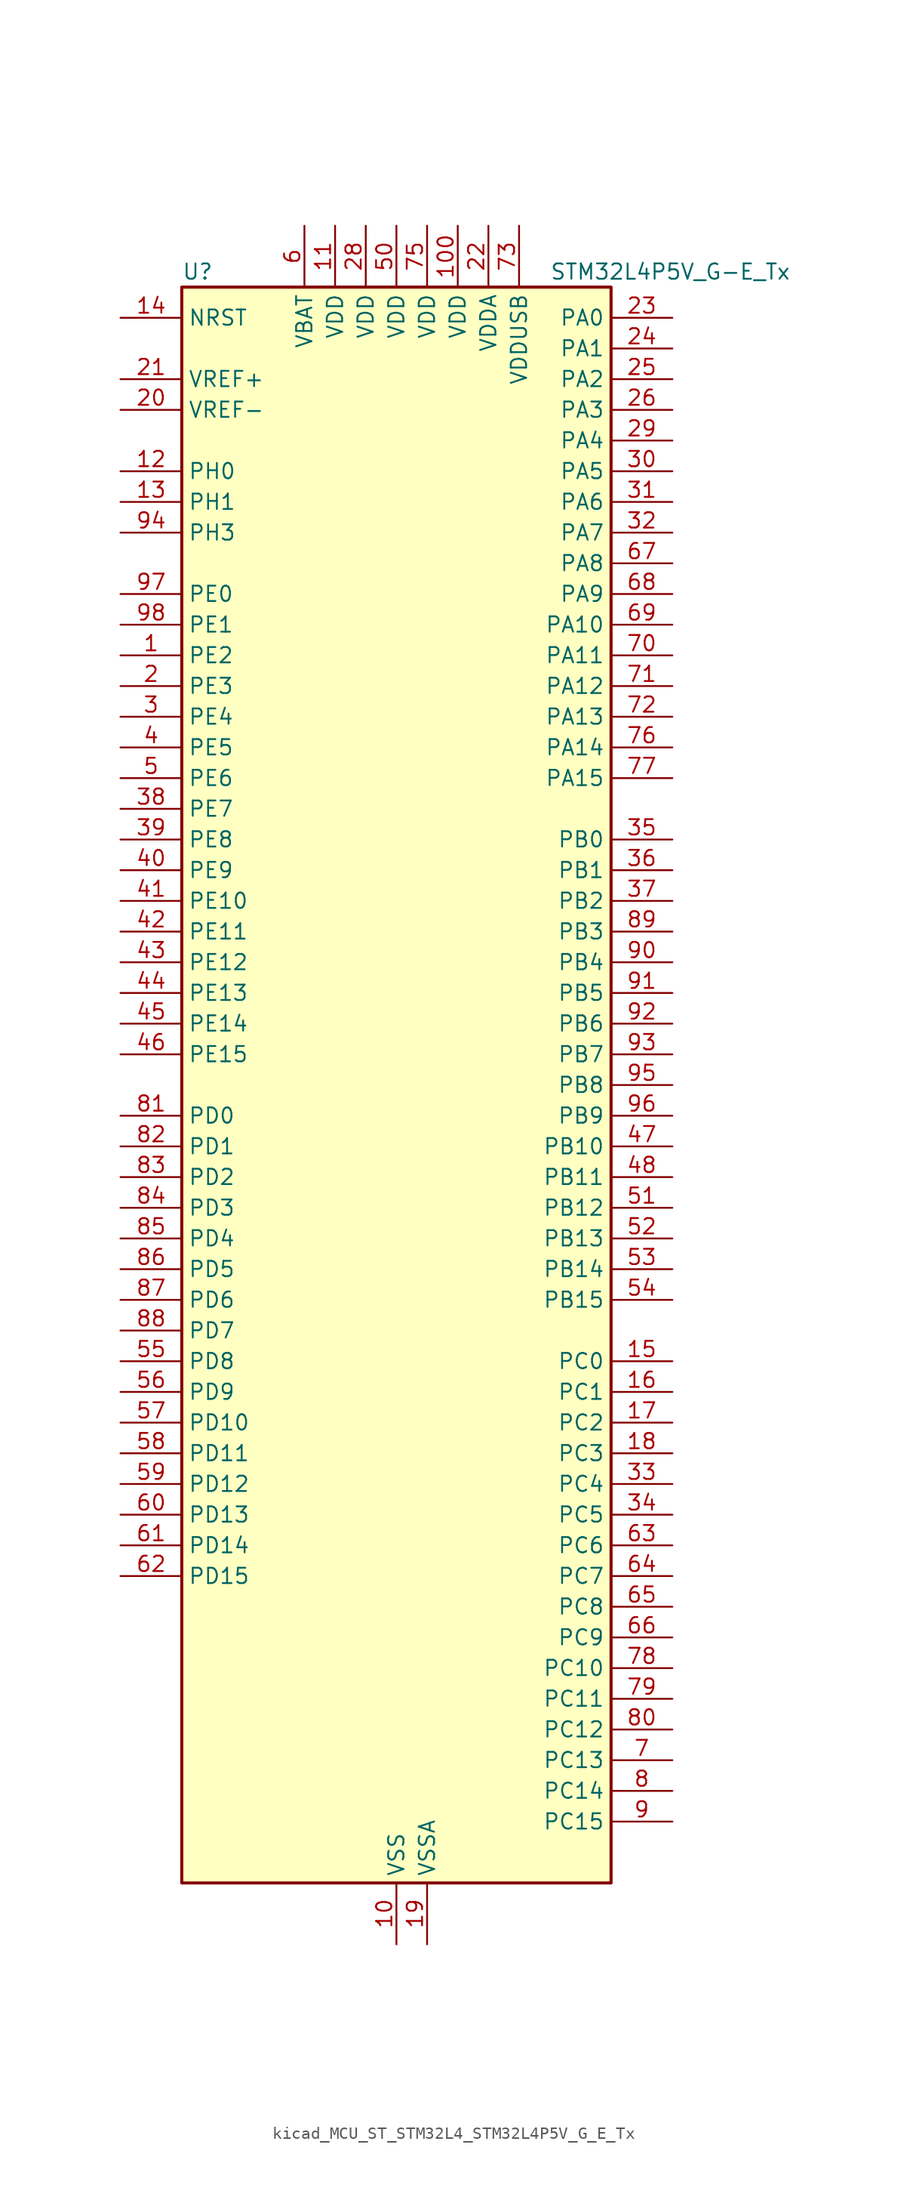
<source format=kicad_sym>
(kicad_symbol_lib
  (version 20220914)
  (generator kicad_symbol_editor)
  (symbol "kicad_MCU_ST_STM32L4_STM32L4P5V_G_E_Tx"
    (property "Reference" "U"
      (at -17.78 67.31 0)
      (effects (font (size 1.27 1.27)) (justify left)))
    (property "Value" "STM32L4P5V_G-E_Tx"
      (at 12.7 67.31 0)
      (effects (font (size 1.27 1.27)) (justify left)))
    (property "ki_locked" ""
      (at 0 0 0)
      (effects (font (size 1.27 1.27))))
    (symbol "kicad_MCU_ST_STM32L4_STM32L4P5V_G_E_Tx_0_1"
      (rectangle (start -17.78 -66.04) (end 17.78 66.04) (stroke (width 0.254) (type default)) (fill (type background))))
    (symbol "kicad_MCU_ST_STM32L4_STM32L4P5V_G_E_Tx_1_1"
      (pin bidirectional line (at -22.86 35.56 0) (length 5.08) (name "PE2" (effects (font (size 1.27 1.27)))) (number "1" (effects (font (size 1.27 1.27)))) (alternate "FMC_A23" bidirectional line) (alternate "LTDC_R7" bidirectional line) (alternate "SAI1_CK1" bidirectional line) (alternate "SAI1_MCLK_A" bidirectional line) (alternate "SYS_TRACECLK" bidirectional line) (alternate "TIM3_ETR" bidirectional line) (alternate "TSC_G7_IO1" bidirectional line))
      (pin power_in line (at 0 -71.12 90) (length 5.08) (name "VSS" (effects (font (size 1.27 1.27)))) (number "10" (effects (font (size 1.27 1.27)))))
      (pin power_in line (at 5.08 71.12 270) (length 5.08) (name "VDD" (effects (font (size 1.27 1.27)))) (number "100" (effects (font (size 1.27 1.27)))))
      (pin power_in line (at -5.08 71.12 270) (length 5.08) (name "VDD" (effects (font (size 1.27 1.27)))) (number "11" (effects (font (size 1.27 1.27)))))
      (pin bidirectional line (at -22.86 50.8 0) (length 5.08) (name "PH0" (effects (font (size 1.27 1.27)))) (number "12" (effects (font (size 1.27 1.27)))) (alternate "RCC_OSC_IN" bidirectional line))
      (pin bidirectional line (at -22.86 48.26 0) (length 5.08) (name "PH1" (effects (font (size 1.27 1.27)))) (number "13" (effects (font (size 1.27 1.27)))) (alternate "RCC_OSC_OUT" bidirectional line))
      (pin input line (at -22.86 63.5 0) (length 5.08) (name "NRST" (effects (font (size 1.27 1.27)))) (number "14" (effects (font (size 1.27 1.27)))))
      (pin bidirectional line (at 22.86 -22.86 180) (length 5.08) (name "PC0" (effects (font (size 1.27 1.27)))) (number "15" (effects (font (size 1.27 1.27)))) (alternate "ADC1_IN1" bidirectional line) (alternate "ADC2_IN1" bidirectional line) (alternate "I2C3_SCL" bidirectional line) (alternate "LPTIM1_IN1" bidirectional line) (alternate "LPTIM2_IN1" bidirectional line) (alternate "LPUART1_RX" bidirectional line) (alternate "LTDC_DE" bidirectional line) (alternate "SAI2_FS_A" bidirectional line) (alternate "SDMMC1_CMD" bidirectional line) (alternate "SDMMC2_CKIN" bidirectional line))
      (pin bidirectional line (at 22.86 -25.4 180) (length 5.08) (name "PC1" (effects (font (size 1.27 1.27)))) (number "16" (effects (font (size 1.27 1.27)))) (alternate "ADC1_IN2" bidirectional line) (alternate "ADC2_IN2" bidirectional line) (alternate "I2C3_SDA" bidirectional line) (alternate "LPTIM1_OUT" bidirectional line) (alternate "LPUART1_TX" bidirectional line) (alternate "OCTOSPIM_P1_IO4" bidirectional line) (alternate "SAI1_SD_A" bidirectional line) (alternate "SPI2_MOSI" bidirectional line) (alternate "SYS_TRACED0" bidirectional line))
      (pin bidirectional line (at 22.86 -27.94 180) (length 5.08) (name "PC2" (effects (font (size 1.27 1.27)))) (number "17" (effects (font (size 1.27 1.27)))) (alternate "ADC1_IN3" bidirectional line) (alternate "ADC2_IN3" bidirectional line) (alternate "DFSDM1_CKOUT" bidirectional line) (alternate "LPTIM1_IN2" bidirectional line) (alternate "LTDC_HSYNC" bidirectional line) (alternate "OCTOSPIM_P1_IO5" bidirectional line) (alternate "SPI2_MISO" bidirectional line))
      (pin bidirectional line (at 22.86 -30.48 180) (length 5.08) (name "PC3" (effects (font (size 1.27 1.27)))) (number "18" (effects (font (size 1.27 1.27)))) (alternate "ADC1_IN4" bidirectional line) (alternate "ADC2_IN4" bidirectional line) (alternate "LPTIM1_ETR" bidirectional line) (alternate "LPTIM2_ETR" bidirectional line) (alternate "OCTOSPIM_P1_IO6" bidirectional line) (alternate "SAI1_D1" bidirectional line) (alternate "SAI1_SD_A" bidirectional line) (alternate "SPI2_MOSI" bidirectional line))
      (pin power_in line (at 2.54 -71.12 90) (length 5.08) (name "VSSA" (effects (font (size 1.27 1.27)))) (number "19" (effects (font (size 1.27 1.27)))))
      (pin bidirectional line (at -22.86 33.02 0) (length 5.08) (name "PE3" (effects (font (size 1.27 1.27)))) (number "2" (effects (font (size 1.27 1.27)))) (alternate "FMC_A19" bidirectional line) (alternate "LTDC_R6" bidirectional line) (alternate "OCTOSPIM_P1_DQS" bidirectional line) (alternate "SAI1_SD_B" bidirectional line) (alternate "SYS_TRACED0" bidirectional line) (alternate "TIM3_CH1" bidirectional line) (alternate "TSC_G7_IO2" bidirectional line))
      (pin input line (at -22.86 55.88 0) (length 5.08) (name "VREF-" (effects (font (size 1.27 1.27)))) (number "20" (effects (font (size 1.27 1.27)))))
      (pin input line (at -22.86 58.42 0) (length 5.08) (name "VREF+" (effects (font (size 1.27 1.27)))) (number "21" (effects (font (size 1.27 1.27)))) (alternate "VREFBUF_OUT" bidirectional line))
      (pin power_in line (at 7.62 71.12 270) (length 5.08) (name "VDDA" (effects (font (size 1.27 1.27)))) (number "22" (effects (font (size 1.27 1.27)))))
      (pin bidirectional line (at 22.86 63.5 180) (length 5.08) (name "PA0" (effects (font (size 1.27 1.27)))) (number "23" (effects (font (size 1.27 1.27)))) (alternate "ADC1_IN5" bidirectional line) (alternate "ADC2_IN5" bidirectional line) (alternate "OPAMP1_VINP" bidirectional line) (alternate "RTC_TAMP2" bidirectional line) (alternate "SAI1_EXTCLK" bidirectional line) (alternate "SYS_WKUP1" bidirectional line) (alternate "TIM2_CH1" bidirectional line) (alternate "TIM2_ETR" bidirectional line) (alternate "TIM5_CH1" bidirectional line) (alternate "TIM8_ETR" bidirectional line) (alternate "UART4_TX" bidirectional line) (alternate "USART2_CTS" bidirectional line) (alternate "USART2_NSS" bidirectional line))
      (pin bidirectional line (at 22.86 60.96 180) (length 5.08) (name "PA1" (effects (font (size 1.27 1.27)))) (number "24" (effects (font (size 1.27 1.27)))) (alternate "ADC1_IN6" bidirectional line) (alternate "ADC2_IN6" bidirectional line) (alternate "I2C1_SMBA" bidirectional line) (alternate "OCTOSPIM_P1_DQS" bidirectional line) (alternate "OPAMP1_VINM" bidirectional line) (alternate "SDMMC2_CMD" bidirectional line) (alternate "SPI1_SCK" bidirectional line) (alternate "TIM15_CH1N" bidirectional line) (alternate "TIM2_CH2" bidirectional line) (alternate "TIM5_CH2" bidirectional line) (alternate "UART4_RX" bidirectional line) (alternate "USART2_DE" bidirectional line) (alternate "USART2_RTS" bidirectional line))
      (pin bidirectional line (at 22.86 58.42 180) (length 5.08) (name "PA2" (effects (font (size 1.27 1.27)))) (number "25" (effects (font (size 1.27 1.27)))) (alternate "ADC1_IN7" bidirectional line) (alternate "ADC2_IN7" bidirectional line) (alternate "LPUART1_TX" bidirectional line) (alternate "OCTOSPIM_P1_NCS" bidirectional line) (alternate "RCC_LSCO" bidirectional line) (alternate "SAI2_EXTCLK" bidirectional line) (alternate "SYS_WKUP4" bidirectional line) (alternate "TIM15_CH1" bidirectional line) (alternate "TIM2_CH3" bidirectional line) (alternate "TIM5_CH3" bidirectional line) (alternate "USART2_TX" bidirectional line))
      (pin bidirectional line (at 22.86 55.88 180) (length 5.08) (name "PA3" (effects (font (size 1.27 1.27)))) (number "26" (effects (font (size 1.27 1.27)))) (alternate "ADC1_IN8" bidirectional line) (alternate "ADC2_IN8" bidirectional line) (alternate "LPUART1_RX" bidirectional line) (alternate "OCTOSPIM_P1_CLK" bidirectional line) (alternate "OPAMP1_VOUT" bidirectional line) (alternate "SAI1_CK1" bidirectional line) (alternate "SAI1_MCLK_A" bidirectional line) (alternate "TIM15_CH2" bidirectional line) (alternate "TIM2_CH4" bidirectional line) (alternate "TIM5_CH4" bidirectional line) (alternate "USART2_RX" bidirectional line))
      (pin passive line (at 0 -71.12 90) (length 5.08) hide (name "VSS" (effects (font (size 1.27 1.27)))) (number "27" (effects (font (size 1.27 1.27)))))
      (pin power_in line (at -2.54 71.12 270) (length 5.08) (name "VDD" (effects (font (size 1.27 1.27)))) (number "28" (effects (font (size 1.27 1.27)))))
      (pin bidirectional line (at 22.86 53.34 180) (length 5.08) (name "PA4" (effects (font (size 1.27 1.27)))) (number "29" (effects (font (size 1.27 1.27)))) (alternate "ADC1_IN9" bidirectional line) (alternate "ADC2_IN9" bidirectional line) (alternate "DAC1_OUT1" bidirectional line) (alternate "DCMI_HSYNC" bidirectional line) (alternate "LPTIM2_OUT" bidirectional line) (alternate "LTDC_CLK" bidirectional line) (alternate "OCTOSPIM_P1_NCS" bidirectional line) (alternate "PSSI_DE" bidirectional line) (alternate "SAI1_FS_B" bidirectional line) (alternate "SPI1_NSS" bidirectional line) (alternate "SPI3_NSS" bidirectional line) (alternate "USART2_CK" bidirectional line))
      (pin bidirectional line (at -22.86 30.48 0) (length 5.08) (name "PE4" (effects (font (size 1.27 1.27)))) (number "3" (effects (font (size 1.27 1.27)))) (alternate "DCMI_D4" bidirectional line) (alternate "DFSDM1_DATIN3" bidirectional line) (alternate "FMC_A20" bidirectional line) (alternate "LTDC_B7" bidirectional line) (alternate "PSSI_D4" bidirectional line) (alternate "SAI1_D2" bidirectional line) (alternate "SAI1_FS_A" bidirectional line) (alternate "SYS_TRACED1" bidirectional line) (alternate "TIM3_CH2" bidirectional line) (alternate "TSC_G7_IO3" bidirectional line))
      (pin bidirectional line (at 22.86 50.8 180) (length 5.08) (name "PA5" (effects (font (size 1.27 1.27)))) (number "30" (effects (font (size 1.27 1.27)))) (alternate "ADC1_IN10" bidirectional line) (alternate "ADC2_IN10" bidirectional line) (alternate "DAC1_OUT2" bidirectional line) (alternate "LPTIM2_ETR" bidirectional line) (alternate "LTDC_R7" bidirectional line) (alternate "PSSI_D14" bidirectional line) (alternate "SPI1_SCK" bidirectional line) (alternate "TIM2_CH1" bidirectional line) (alternate "TIM2_ETR" bidirectional line) (alternate "TIM8_CH1N" bidirectional line))
      (pin bidirectional line (at 22.86 48.26 180) (length 5.08) (name "PA6" (effects (font (size 1.27 1.27)))) (number "31" (effects (font (size 1.27 1.27)))) (alternate "ADC1_IN11" bidirectional line) (alternate "ADC2_IN11" bidirectional line) (alternate "DCMI_PIXCLK" bidirectional line) (alternate "LPUART1_CTS" bidirectional line) (alternate "OCTOSPIM_P1_IO3" bidirectional line) (alternate "OPAMP2_VINP" bidirectional line) (alternate "PSSI_PDCK" bidirectional line) (alternate "SPI1_MISO" bidirectional line) (alternate "TIM16_CH1" bidirectional line) (alternate "TIM1_BKIN" bidirectional line) (alternate "TIM3_CH1" bidirectional line) (alternate "TIM8_BKIN" bidirectional line) (alternate "USART3_CTS" bidirectional line) (alternate "USART3_NSS" bidirectional line))
      (pin bidirectional line (at 22.86 45.72 180) (length 5.08) (name "PA7" (effects (font (size 1.27 1.27)))) (number "32" (effects (font (size 1.27 1.27)))) (alternate "ADC1_IN12" bidirectional line) (alternate "ADC2_IN12" bidirectional line) (alternate "I2C3_SCL" bidirectional line) (alternate "OCTOSPIM_P1_IO2" bidirectional line) (alternate "OPAMP2_VINM" bidirectional line) (alternate "SPI1_MOSI" bidirectional line) (alternate "TIM17_CH1" bidirectional line) (alternate "TIM1_CH1N" bidirectional line) (alternate "TIM3_CH2" bidirectional line) (alternate "TIM8_CH1N" bidirectional line))
      (pin bidirectional line (at 22.86 -33.02 180) (length 5.08) (name "PC4" (effects (font (size 1.27 1.27)))) (number "33" (effects (font (size 1.27 1.27)))) (alternate "ADC1_IN13" bidirectional line) (alternate "ADC2_IN13" bidirectional line) (alternate "COMP1_INM" bidirectional line) (alternate "OCTOSPIM_P1_IO7" bidirectional line) (alternate "OCTOSPIM_P2_NCS" bidirectional line) (alternate "USART3_TX" bidirectional line))
      (pin bidirectional line (at 22.86 -35.56 180) (length 5.08) (name "PC5" (effects (font (size 1.27 1.27)))) (number "34" (effects (font (size 1.27 1.27)))) (alternate "ADC1_IN14" bidirectional line) (alternate "ADC2_IN14" bidirectional line) (alternate "COMP1_INP" bidirectional line) (alternate "LTDC_CLK" bidirectional line) (alternate "PSSI_D15" bidirectional line) (alternate "SAI1_D3" bidirectional line) (alternate "SYS_WKUP5" bidirectional line) (alternate "USART3_RX" bidirectional line))
      (pin bidirectional line (at 22.86 20.32 180) (length 5.08) (name "PB0" (effects (font (size 1.27 1.27)))) (number "35" (effects (font (size 1.27 1.27)))) (alternate "ADC1_IN15" bidirectional line) (alternate "ADC2_IN15" bidirectional line) (alternate "COMP1_OUT" bidirectional line) (alternate "LTDC_B6" bidirectional line) (alternate "OCTOSPIM_P1_IO1" bidirectional line) (alternate "OPAMP2_VOUT" bidirectional line) (alternate "SAI1_EXTCLK" bidirectional line) (alternate "SPI1_NSS" bidirectional line) (alternate "TIM1_CH2N" bidirectional line) (alternate "TIM3_CH3" bidirectional line) (alternate "TIM8_CH2N" bidirectional line) (alternate "USART3_CK" bidirectional line))
      (pin bidirectional line (at 22.86 17.78 180) (length 5.08) (name "PB1" (effects (font (size 1.27 1.27)))) (number "36" (effects (font (size 1.27 1.27)))) (alternate "ADC1_IN16" bidirectional line) (alternate "ADC2_IN16" bidirectional line) (alternate "COMP1_INM" bidirectional line) (alternate "DFSDM1_DATIN0" bidirectional line) (alternate "LPTIM2_IN1" bidirectional line) (alternate "LPUART1_DE" bidirectional line) (alternate "LPUART1_RTS" bidirectional line) (alternate "LTDC_G6" bidirectional line) (alternate "OCTOSPIM_P1_IO0" bidirectional line) (alternate "TIM1_CH3N" bidirectional line) (alternate "TIM3_CH4" bidirectional line) (alternate "TIM8_CH3N" bidirectional line) (alternate "USART3_DE" bidirectional line) (alternate "USART3_RTS" bidirectional line))
      (pin bidirectional line (at 22.86 15.24 180) (length 5.08) (name "PB2" (effects (font (size 1.27 1.27)))) (number "37" (effects (font (size 1.27 1.27)))) (alternate "COMP1_INP" bidirectional line) (alternate "DFSDM1_CKIN0" bidirectional line) (alternate "I2C3_SMBA" bidirectional line) (alternate "LPTIM1_OUT" bidirectional line) (alternate "OCTOSPIM_P1_DQS" bidirectional line) (alternate "RTC_OUT2" bidirectional line))
      (pin bidirectional line (at -22.86 22.86 0) (length 5.08) (name "PE7" (effects (font (size 1.27 1.27)))) (number "38" (effects (font (size 1.27 1.27)))) (alternate "DFSDM1_DATIN2" bidirectional line) (alternate "FMC_D4" bidirectional line) (alternate "FMC_DA4" bidirectional line) (alternate "LTDC_B6" bidirectional line) (alternate "SAI1_SD_B" bidirectional line) (alternate "TIM1_ETR" bidirectional line))
      (pin bidirectional line (at -22.86 20.32 0) (length 5.08) (name "PE8" (effects (font (size 1.27 1.27)))) (number "39" (effects (font (size 1.27 1.27)))) (alternate "DFSDM1_CKIN2" bidirectional line) (alternate "FMC_D5" bidirectional line) (alternate "FMC_DA5" bidirectional line) (alternate "LTDC_B7" bidirectional line) (alternate "SAI1_SCK_B" bidirectional line) (alternate "TIM1_CH1N" bidirectional line))
      (pin bidirectional line (at -22.86 27.94 0) (length 5.08) (name "PE5" (effects (font (size 1.27 1.27)))) (number "4" (effects (font (size 1.27 1.27)))) (alternate "DCMI_D6" bidirectional line) (alternate "DFSDM1_CKIN3" bidirectional line) (alternate "FMC_A21" bidirectional line) (alternate "LTDC_G7" bidirectional line) (alternate "PSSI_D6" bidirectional line) (alternate "SAI1_CK2" bidirectional line) (alternate "SAI1_SCK_A" bidirectional line) (alternate "SYS_TRACED2" bidirectional line) (alternate "TIM3_CH3" bidirectional line) (alternate "TSC_G7_IO4" bidirectional line))
      (pin bidirectional line (at -22.86 17.78 0) (length 5.08) (name "PE9" (effects (font (size 1.27 1.27)))) (number "40" (effects (font (size 1.27 1.27)))) (alternate "DAC1_EXTI9" bidirectional line) (alternate "DFSDM1_CKOUT" bidirectional line) (alternate "FMC_D6" bidirectional line) (alternate "FMC_DA6" bidirectional line) (alternate "LTDC_G2" bidirectional line) (alternate "OCTOSPIM_P1_NCLK" bidirectional line) (alternate "SAI1_FS_B" bidirectional line) (alternate "TIM1_CH1" bidirectional line))
      (pin bidirectional line (at -22.86 15.24 0) (length 5.08) (name "PE10" (effects (font (size 1.27 1.27)))) (number "41" (effects (font (size 1.27 1.27)))) (alternate "FMC_D7" bidirectional line) (alternate "FMC_DA7" bidirectional line) (alternate "LTDC_G3" bidirectional line) (alternate "OCTOSPIM_P1_CLK" bidirectional line) (alternate "SAI1_MCLK_B" bidirectional line) (alternate "TIM1_CH2N" bidirectional line) (alternate "TSC_G5_IO1" bidirectional line))
      (pin bidirectional line (at -22.86 12.7 0) (length 5.08) (name "PE11" (effects (font (size 1.27 1.27)))) (number "42" (effects (font (size 1.27 1.27)))) (alternate "ADC1_EXTI11" bidirectional line) (alternate "ADC2_EXTI11" bidirectional line) (alternate "FMC_D8" bidirectional line) (alternate "FMC_DA8" bidirectional line) (alternate "LTDC_G4" bidirectional line) (alternate "OCTOSPIM_P1_NCS" bidirectional line) (alternate "TIM1_CH2" bidirectional line) (alternate "TSC_G5_IO2" bidirectional line))
      (pin bidirectional line (at -22.86 10.16 0) (length 5.08) (name "PE12" (effects (font (size 1.27 1.27)))) (number "43" (effects (font (size 1.27 1.27)))) (alternate "FMC_D9" bidirectional line) (alternate "FMC_DA9" bidirectional line) (alternate "LTDC_G5" bidirectional line) (alternate "OCTOSPIM_P1_IO0" bidirectional line) (alternate "SPI1_NSS" bidirectional line) (alternate "TIM1_CH3N" bidirectional line) (alternate "TSC_G5_IO3" bidirectional line))
      (pin bidirectional line (at -22.86 7.62 0) (length 5.08) (name "PE13" (effects (font (size 1.27 1.27)))) (number "44" (effects (font (size 1.27 1.27)))) (alternate "FMC_D10" bidirectional line) (alternate "FMC_DA10" bidirectional line) (alternate "LTDC_G6" bidirectional line) (alternate "OCTOSPIM_P1_IO1" bidirectional line) (alternate "SPI1_SCK" bidirectional line) (alternate "TIM1_CH3" bidirectional line) (alternate "TSC_G5_IO4" bidirectional line))
      (pin bidirectional line (at -22.86 5.08 0) (length 5.08) (name "PE14" (effects (font (size 1.27 1.27)))) (number "45" (effects (font (size 1.27 1.27)))) (alternate "FMC_D11" bidirectional line) (alternate "FMC_DA11" bidirectional line) (alternate "LTDC_G7" bidirectional line) (alternate "OCTOSPIM_P1_IO2" bidirectional line) (alternate "SPI1_MISO" bidirectional line) (alternate "TIM1_BKIN2" bidirectional line) (alternate "TIM1_CH4" bidirectional line))
      (pin bidirectional line (at -22.86 2.54 0) (length 5.08) (name "PE15" (effects (font (size 1.27 1.27)))) (number "46" (effects (font (size 1.27 1.27)))) (alternate "ADC1_EXTI15" bidirectional line) (alternate "ADC2_EXTI15" bidirectional line) (alternate "FMC_D12" bidirectional line) (alternate "FMC_DA12" bidirectional line) (alternate "LTDC_R2" bidirectional line) (alternate "OCTOSPIM_P1_IO3" bidirectional line) (alternate "SPI1_MOSI" bidirectional line) (alternate "TIM1_BKIN" bidirectional line))
      (pin bidirectional line (at 22.86 -5.08 180) (length 5.08) (name "PB10" (effects (font (size 1.27 1.27)))) (number "47" (effects (font (size 1.27 1.27)))) (alternate "COMP1_OUT" bidirectional line) (alternate "I2C2_SCL" bidirectional line) (alternate "I2C4_SCL" bidirectional line) (alternate "LPUART1_RX" bidirectional line) (alternate "OCTOSPIM_P1_CLK" bidirectional line) (alternate "OCTOSPIM_P1_IO3" bidirectional line) (alternate "SAI1_SCK_A" bidirectional line) (alternate "SPI2_SCK" bidirectional line) (alternate "TIM2_CH3" bidirectional line) (alternate "TSC_SYNC" bidirectional line) (alternate "USART3_TX" bidirectional line))
      (pin bidirectional line (at 22.86 -7.62 180) (length 5.08) (name "PB11" (effects (font (size 1.27 1.27)))) (number "48" (effects (font (size 1.27 1.27)))) (alternate "ADC1_EXTI11" bidirectional line) (alternate "ADC2_EXTI11" bidirectional line) (alternate "COMP2_OUT" bidirectional line) (alternate "I2C2_SDA" bidirectional line) (alternate "I2C4_SDA" bidirectional line) (alternate "LPUART1_TX" bidirectional line) (alternate "LTDC_VSYNC" bidirectional line) (alternate "OCTOSPIM_P1_NCS" bidirectional line) (alternate "TIM2_CH4" bidirectional line) (alternate "USART3_RX" bidirectional line))
      (pin passive line (at 0 -71.12 90) (length 5.08) hide (name "VSS" (effects (font (size 1.27 1.27)))) (number "49" (effects (font (size 1.27 1.27)))))
      (pin bidirectional line (at -22.86 25.4 0) (length 5.08) (name "PE6" (effects (font (size 1.27 1.27)))) (number "5" (effects (font (size 1.27 1.27)))) (alternate "DCMI_D7" bidirectional line) (alternate "FMC_A22" bidirectional line) (alternate "LTDC_G6" bidirectional line) (alternate "PSSI_D7" bidirectional line) (alternate "RTC_TAMP3" bidirectional line) (alternate "SAI1_D1" bidirectional line) (alternate "SAI1_SD_A" bidirectional line) (alternate "SYS_TRACED3" bidirectional line) (alternate "SYS_WKUP3" bidirectional line) (alternate "TIM3_CH4" bidirectional line))
      (pin power_in line (at 0 71.12 270) (length 5.08) (name "VDD" (effects (font (size 1.27 1.27)))) (number "50" (effects (font (size 1.27 1.27)))))
      (pin bidirectional line (at 22.86 -10.16 180) (length 5.08) (name "PB12" (effects (font (size 1.27 1.27)))) (number "51" (effects (font (size 1.27 1.27)))) (alternate "DFSDM1_DATIN1" bidirectional line) (alternate "I2C2_SMBA" bidirectional line) (alternate "LPUART1_DE" bidirectional line) (alternate "LPUART1_RTS" bidirectional line) (alternate "OCTOSPIM_P1_NCLK" bidirectional line) (alternate "SAI2_FS_A" bidirectional line) (alternate "SDMMC2_CK" bidirectional line) (alternate "SPI2_NSS" bidirectional line) (alternate "TIM15_BKIN" bidirectional line) (alternate "TIM1_BKIN" bidirectional line) (alternate "TSC_G1_IO1" bidirectional line) (alternate "USART3_CK" bidirectional line))
      (pin bidirectional line (at 22.86 -12.7 180) (length 5.08) (name "PB13" (effects (font (size 1.27 1.27)))) (number "52" (effects (font (size 1.27 1.27)))) (alternate "DFSDM1_CKIN1" bidirectional line) (alternate "I2C2_SCL" bidirectional line) (alternate "LPUART1_CTS" bidirectional line) (alternate "OCTOSPIM_P1_IO1" bidirectional line) (alternate "SAI2_SCK_A" bidirectional line) (alternate "SPI2_SCK" bidirectional line) (alternate "TIM15_CH1N" bidirectional line) (alternate "TIM1_CH1N" bidirectional line) (alternate "TSC_G1_IO2" bidirectional line) (alternate "USART3_CTS" bidirectional line) (alternate "USART3_NSS" bidirectional line))
      (pin bidirectional line (at 22.86 -15.24 180) (length 5.08) (name "PB14" (effects (font (size 1.27 1.27)))) (number "53" (effects (font (size 1.27 1.27)))) (alternate "DFSDM1_DATIN2" bidirectional line) (alternate "I2C2_SDA" bidirectional line) (alternate "OCTOSPIM_P1_IO6" bidirectional line) (alternate "SAI2_MCLK_A" bidirectional line) (alternate "SDMMC2_D0" bidirectional line) (alternate "SPI2_MISO" bidirectional line) (alternate "TIM15_CH1" bidirectional line) (alternate "TIM1_CH2N" bidirectional line) (alternate "TIM8_CH2N" bidirectional line) (alternate "TSC_G1_IO3" bidirectional line) (alternate "USART3_DE" bidirectional line) (alternate "USART3_RTS" bidirectional line))
      (pin bidirectional line (at 22.86 -17.78 180) (length 5.08) (name "PB15" (effects (font (size 1.27 1.27)))) (number "54" (effects (font (size 1.27 1.27)))) (alternate "ADC1_EXTI15" bidirectional line) (alternate "ADC2_EXTI15" bidirectional line) (alternate "DFSDM1_CKIN2" bidirectional line) (alternate "OCTOSPIM_P1_IO7" bidirectional line) (alternate "RTC_REFIN" bidirectional line) (alternate "SAI2_SD_A" bidirectional line) (alternate "SDMMC2_D1" bidirectional line) (alternate "SPI2_MOSI" bidirectional line) (alternate "TIM15_CH2" bidirectional line) (alternate "TIM1_CH3N" bidirectional line) (alternate "TIM8_CH3N" bidirectional line) (alternate "TSC_G1_IO4" bidirectional line))
      (pin bidirectional line (at -22.86 -22.86 0) (length 5.08) (name "PD8" (effects (font (size 1.27 1.27)))) (number "55" (effects (font (size 1.27 1.27)))) (alternate "DCMI_HSYNC" bidirectional line) (alternate "FMC_D13" bidirectional line) (alternate "FMC_DA13" bidirectional line) (alternate "LTDC_R3" bidirectional line) (alternate "PSSI_DE" bidirectional line) (alternate "USART3_TX" bidirectional line))
      (pin bidirectional line (at -22.86 -25.4 0) (length 5.08) (name "PD9" (effects (font (size 1.27 1.27)))) (number "56" (effects (font (size 1.27 1.27)))) (alternate "DAC1_EXTI9" bidirectional line) (alternate "DCMI_PIXCLK" bidirectional line) (alternate "FMC_D14" bidirectional line) (alternate "FMC_DA14" bidirectional line) (alternate "LTDC_R4" bidirectional line) (alternate "PSSI_PDCK" bidirectional line) (alternate "SAI2_MCLK_A" bidirectional line) (alternate "USART3_RX" bidirectional line))
      (pin bidirectional line (at -22.86 -27.94 0) (length 5.08) (name "PD10" (effects (font (size 1.27 1.27)))) (number "57" (effects (font (size 1.27 1.27)))) (alternate "FMC_D15" bidirectional line) (alternate "FMC_DA15" bidirectional line) (alternate "LTDC_R5" bidirectional line) (alternate "SAI2_SCK_A" bidirectional line) (alternate "TSC_G6_IO1" bidirectional line) (alternate "USART3_CK" bidirectional line))
      (pin bidirectional line (at -22.86 -30.48 0) (length 5.08) (name "PD11" (effects (font (size 1.27 1.27)))) (number "58" (effects (font (size 1.27 1.27)))) (alternate "ADC1_EXTI11" bidirectional line) (alternate "ADC2_EXTI11" bidirectional line) (alternate "FMC_A16" bidirectional line) (alternate "FMC_CLE" bidirectional line) (alternate "I2C4_SMBA" bidirectional line) (alternate "LPTIM2_ETR" bidirectional line) (alternate "LTDC_R6" bidirectional line) (alternate "SAI2_SD_A" bidirectional line) (alternate "TSC_G6_IO2" bidirectional line) (alternate "USART3_CTS" bidirectional line) (alternate "USART3_NSS" bidirectional line))
      (pin bidirectional line (at -22.86 -33.02 0) (length 5.08) (name "PD12" (effects (font (size 1.27 1.27)))) (number "59" (effects (font (size 1.27 1.27)))) (alternate "FMC_A17" bidirectional line) (alternate "FMC_ALE" bidirectional line) (alternate "I2C4_SCL" bidirectional line) (alternate "LPTIM2_IN1" bidirectional line) (alternate "LTDC_R7" bidirectional line) (alternate "SAI2_FS_A" bidirectional line) (alternate "TIM4_CH1" bidirectional line) (alternate "TSC_G6_IO3" bidirectional line) (alternate "USART3_DE" bidirectional line) (alternate "USART3_RTS" bidirectional line))
      (pin power_in line (at -7.62 71.12 270) (length 5.08) (name "VBAT" (effects (font (size 1.27 1.27)))) (number "6" (effects (font (size 1.27 1.27)))))
      (pin bidirectional line (at -22.86 -35.56 0) (length 5.08) (name "PD13" (effects (font (size 1.27 1.27)))) (number "60" (effects (font (size 1.27 1.27)))) (alternate "FMC_A18" bidirectional line) (alternate "I2C4_SDA" bidirectional line) (alternate "LPTIM2_OUT" bidirectional line) (alternate "TIM4_CH2" bidirectional line) (alternate "TSC_G6_IO4" bidirectional line))
      (pin bidirectional line (at -22.86 -38.1 0) (length 5.08) (name "PD14" (effects (font (size 1.27 1.27)))) (number "61" (effects (font (size 1.27 1.27)))) (alternate "FMC_D0" bidirectional line) (alternate "FMC_DA0" bidirectional line) (alternate "LTDC_B2" bidirectional line) (alternate "TIM4_CH3" bidirectional line))
      (pin bidirectional line (at -22.86 -40.64 0) (length 5.08) (name "PD15" (effects (font (size 1.27 1.27)))) (number "62" (effects (font (size 1.27 1.27)))) (alternate "ADC1_EXTI15" bidirectional line) (alternate "ADC2_EXTI15" bidirectional line) (alternate "FMC_D1" bidirectional line) (alternate "FMC_DA1" bidirectional line) (alternate "LTDC_B3" bidirectional line) (alternate "TIM4_CH4" bidirectional line))
      (pin bidirectional line (at 22.86 -38.1 180) (length 5.08) (name "PC6" (effects (font (size 1.27 1.27)))) (number "63" (effects (font (size 1.27 1.27)))) (alternate "DCMI_D0" bidirectional line) (alternate "DFSDM1_CKIN3" bidirectional line) (alternate "LTDC_G7" bidirectional line) (alternate "PSSI_D0" bidirectional line) (alternate "SAI2_MCLK_A" bidirectional line) (alternate "SDMMC1_D0DIR" bidirectional line) (alternate "SDMMC1_D6" bidirectional line) (alternate "SDMMC2_D6" bidirectional line) (alternate "TIM3_CH1" bidirectional line) (alternate "TIM8_CH1" bidirectional line) (alternate "TSC_G4_IO1" bidirectional line))
      (pin bidirectional line (at 22.86 -40.64 180) (length 5.08) (name "PC7" (effects (font (size 1.27 1.27)))) (number "64" (effects (font (size 1.27 1.27)))) (alternate "DCMI_D1" bidirectional line) (alternate "DFSDM1_DATIN3" bidirectional line) (alternate "LTDC_B6" bidirectional line) (alternate "PSSI_D1" bidirectional line) (alternate "SAI2_MCLK_B" bidirectional line) (alternate "SDMMC1_D123DIR" bidirectional line) (alternate "SDMMC1_D7" bidirectional line) (alternate "SDMMC2_D7" bidirectional line) (alternate "TIM3_CH2" bidirectional line) (alternate "TIM8_CH2" bidirectional line) (alternate "TSC_G4_IO2" bidirectional line))
      (pin bidirectional line (at 22.86 -43.18 180) (length 5.08) (name "PC8" (effects (font (size 1.27 1.27)))) (number "65" (effects (font (size 1.27 1.27)))) (alternate "DCMI_D2" bidirectional line) (alternate "PSSI_D2" bidirectional line) (alternate "SDMMC1_D0" bidirectional line) (alternate "TIM3_CH3" bidirectional line) (alternate "TIM8_CH3" bidirectional line) (alternate "TSC_G4_IO3" bidirectional line))
      (pin bidirectional line (at 22.86 -45.72 180) (length 5.08) (name "PC9" (effects (font (size 1.27 1.27)))) (number "66" (effects (font (size 1.27 1.27)))) (alternate "DAC1_EXTI9" bidirectional line) (alternate "DCMI_D3" bidirectional line) (alternate "I2C3_SDA" bidirectional line) (alternate "PSSI_D3" bidirectional line) (alternate "SAI2_EXTCLK" bidirectional line) (alternate "SDMMC1_D1" bidirectional line) (alternate "SYS_TRACED0" bidirectional line) (alternate "TIM3_CH4" bidirectional line) (alternate "TIM8_BKIN2" bidirectional line) (alternate "TIM8_CH4" bidirectional line) (alternate "TSC_G4_IO4" bidirectional line) (alternate "USB_OTG_FS_NOE" bidirectional line))
      (pin bidirectional line (at 22.86 43.18 180) (length 5.08) (name "PA8" (effects (font (size 1.27 1.27)))) (number "67" (effects (font (size 1.27 1.27)))) (alternate "LPTIM2_OUT" bidirectional line) (alternate "LTDC_B7" bidirectional line) (alternate "RCC_MCO" bidirectional line) (alternate "SAI1_CK2" bidirectional line) (alternate "SAI1_SCK_A" bidirectional line) (alternate "TIM1_CH1" bidirectional line) (alternate "USART1_CK" bidirectional line) (alternate "USB_OTG_FS_SOF" bidirectional line))
      (pin bidirectional line (at 22.86 40.64 180) (length 5.08) (name "PA9" (effects (font (size 1.27 1.27)))) (number "68" (effects (font (size 1.27 1.27)))) (alternate "DAC1_EXTI9" bidirectional line) (alternate "DCMI_D0" bidirectional line) (alternate "LTDC_G7" bidirectional line) (alternate "PSSI_D0" bidirectional line) (alternate "SAI1_FS_A" bidirectional line) (alternate "SPI2_SCK" bidirectional line) (alternate "TIM15_BKIN" bidirectional line) (alternate "TIM1_CH2" bidirectional line) (alternate "USART1_TX" bidirectional line) (alternate "USB_OTG_FS_VBUS" bidirectional line))
      (pin bidirectional line (at 22.86 38.1 180) (length 5.08) (name "PA10" (effects (font (size 1.27 1.27)))) (number "69" (effects (font (size 1.27 1.27)))) (alternate "DCMI_D1" bidirectional line) (alternate "LTDC_G6" bidirectional line) (alternate "PSSI_D1" bidirectional line) (alternate "SAI1_D1" bidirectional line) (alternate "SAI1_SD_A" bidirectional line) (alternate "TIM17_BKIN" bidirectional line) (alternate "TIM1_CH3" bidirectional line) (alternate "USART1_RX" bidirectional line) (alternate "USB_OTG_FS_ID" bidirectional line))
      (pin bidirectional line (at 22.86 -55.88 180) (length 5.08) (name "PC13" (effects (font (size 1.27 1.27)))) (number "7" (effects (font (size 1.27 1.27)))) (alternate "RTC_OUT1" bidirectional line) (alternate "RTC_TAMP1" bidirectional line) (alternate "RTC_TS" bidirectional line) (alternate "SYS_WKUP2" bidirectional line))
      (pin bidirectional line (at 22.86 35.56 180) (length 5.08) (name "PA11" (effects (font (size 1.27 1.27)))) (number "70" (effects (font (size 1.27 1.27)))) (alternate "ADC1_EXTI11" bidirectional line) (alternate "ADC2_EXTI11" bidirectional line) (alternate "CAN1_RX" bidirectional line) (alternate "LTDC_DE" bidirectional line) (alternate "SPI1_MISO" bidirectional line) (alternate "TIM1_BKIN2" bidirectional line) (alternate "TIM1_CH4" bidirectional line) (alternate "USART1_CTS" bidirectional line) (alternate "USART1_NSS" bidirectional line) (alternate "USB_OTG_FS_DM" bidirectional line))
      (pin bidirectional line (at 22.86 33.02 180) (length 5.08) (name "PA12" (effects (font (size 1.27 1.27)))) (number "71" (effects (font (size 1.27 1.27)))) (alternate "CAN1_TX" bidirectional line) (alternate "LTDC_VSYNC" bidirectional line) (alternate "OCTOSPIM_P2_NCS" bidirectional line) (alternate "SPI1_MOSI" bidirectional line) (alternate "TIM1_ETR" bidirectional line) (alternate "USART1_DE" bidirectional line) (alternate "USART1_RTS" bidirectional line) (alternate "USB_OTG_FS_DP" bidirectional line))
      (pin bidirectional line (at 22.86 30.48 180) (length 5.08) (name "PA13" (effects (font (size 1.27 1.27)))) (number "72" (effects (font (size 1.27 1.27)))) (alternate "IR_OUT" bidirectional line) (alternate "SAI1_SD_B" bidirectional line) (alternate "SYS_JTMS-SWDIO" bidirectional line) (alternate "USB_OTG_FS_NOE" bidirectional line))
      (pin power_in line (at 10.16 71.12 270) (length 5.08) (name "VDDUSB" (effects (font (size 1.27 1.27)))) (number "73" (effects (font (size 1.27 1.27)))))
      (pin passive line (at 0 -71.12 90) (length 5.08) hide (name "VSS" (effects (font (size 1.27 1.27)))) (number "74" (effects (font (size 1.27 1.27)))))
      (pin power_in line (at 2.54 71.12 270) (length 5.08) (name "VDD" (effects (font (size 1.27 1.27)))) (number "75" (effects (font (size 1.27 1.27)))))
      (pin bidirectional line (at 22.86 27.94 180) (length 5.08) (name "PA14" (effects (font (size 1.27 1.27)))) (number "76" (effects (font (size 1.27 1.27)))) (alternate "I2C1_SMBA" bidirectional line) (alternate "I2C4_SMBA" bidirectional line) (alternate "LPTIM1_OUT" bidirectional line) (alternate "SAI1_FS_B" bidirectional line) (alternate "SYS_JTCK-SWCLK" bidirectional line) (alternate "USB_OTG_FS_SOF" bidirectional line))
      (pin bidirectional line (at 22.86 25.4 180) (length 5.08) (name "PA15" (effects (font (size 1.27 1.27)))) (number "77" (effects (font (size 1.27 1.27)))) (alternate "ADC1_EXTI15" bidirectional line) (alternate "ADC2_EXTI15" bidirectional line) (alternate "LTDC_HSYNC" bidirectional line) (alternate "SAI2_FS_B" bidirectional line) (alternate "SPI1_NSS" bidirectional line) (alternate "SPI3_NSS" bidirectional line) (alternate "SYS_JTDI" bidirectional line) (alternate "TIM2_CH1" bidirectional line) (alternate "TIM2_ETR" bidirectional line) (alternate "TSC_G3_IO1" bidirectional line) (alternate "UART4_DE" bidirectional line) (alternate "UART4_RTS" bidirectional line) (alternate "USART2_RX" bidirectional line) (alternate "USART3_DE" bidirectional line) (alternate "USART3_RTS" bidirectional line))
      (pin bidirectional line (at 22.86 -48.26 180) (length 5.08) (name "PC10" (effects (font (size 1.27 1.27)))) (number "78" (effects (font (size 1.27 1.27)))) (alternate "DCMI_D8" bidirectional line) (alternate "DCMI_VSYNC" bidirectional line) (alternate "PSSI_D8" bidirectional line) (alternate "PSSI_RDY" bidirectional line) (alternate "SAI2_SCK_B" bidirectional line) (alternate "SDMMC1_D2" bidirectional line) (alternate "SPI3_SCK" bidirectional line) (alternate "SYS_TRACED1" bidirectional line) (alternate "TSC_G3_IO2" bidirectional line) (alternate "UART4_TX" bidirectional line) (alternate "USART3_TX" bidirectional line))
      (pin bidirectional line (at 22.86 -50.8 180) (length 5.08) (name "PC11" (effects (font (size 1.27 1.27)))) (number "79" (effects (font (size 1.27 1.27)))) (alternate "ADC1_EXTI11" bidirectional line) (alternate "ADC2_EXTI11" bidirectional line) (alternate "DCMI_D2" bidirectional line) (alternate "DCMI_D4" bidirectional line) (alternate "OCTOSPIM_P1_NCS" bidirectional line) (alternate "PSSI_D2" bidirectional line) (alternate "PSSI_D4" bidirectional line) (alternate "SAI2_MCLK_B" bidirectional line) (alternate "SDMMC1_D3" bidirectional line) (alternate "SPI3_MISO" bidirectional line) (alternate "TSC_G3_IO3" bidirectional line) (alternate "UART4_RX" bidirectional line) (alternate "USART3_RX" bidirectional line))
      (pin bidirectional line (at 22.86 -58.42 180) (length 5.08) (name "PC14" (effects (font (size 1.27 1.27)))) (number "8" (effects (font (size 1.27 1.27)))) (alternate "RCC_OSC32_IN" bidirectional line))
      (pin bidirectional line (at 22.86 -53.34 180) (length 5.08) (name "PC12" (effects (font (size 1.27 1.27)))) (number "80" (effects (font (size 1.27 1.27)))) (alternate "DCMI_D9" bidirectional line) (alternate "LTDC_R6" bidirectional line) (alternate "PSSI_D9" bidirectional line) (alternate "SAI2_SD_B" bidirectional line) (alternate "SDMMC1_CK" bidirectional line) (alternate "SPI3_MOSI" bidirectional line) (alternate "SYS_TRACED3" bidirectional line) (alternate "TSC_G3_IO4" bidirectional line) (alternate "UART5_TX" bidirectional line) (alternate "USART3_CK" bidirectional line))
      (pin bidirectional line (at -22.86 -2.54 0) (length 5.08) (name "PD0" (effects (font (size 1.27 1.27)))) (number "81" (effects (font (size 1.27 1.27)))) (alternate "CAN1_RX" bidirectional line) (alternate "FMC_D2" bidirectional line) (alternate "FMC_DA2" bidirectional line) (alternate "LTDC_B4" bidirectional line) (alternate "SPI2_NSS" bidirectional line))
      (pin bidirectional line (at -22.86 -5.08 0) (length 5.08) (name "PD1" (effects (font (size 1.27 1.27)))) (number "82" (effects (font (size 1.27 1.27)))) (alternate "CAN1_TX" bidirectional line) (alternate "FMC_D3" bidirectional line) (alternate "FMC_DA3" bidirectional line) (alternate "LTDC_B5" bidirectional line) (alternate "SPI2_SCK" bidirectional line))
      (pin bidirectional line (at -22.86 -7.62 0) (length 5.08) (name "PD2" (effects (font (size 1.27 1.27)))) (number "83" (effects (font (size 1.27 1.27)))) (alternate "DCMI_D11" bidirectional line) (alternate "PSSI_D11" bidirectional line) (alternate "SDMMC1_CMD" bidirectional line) (alternate "SYS_TRACED2" bidirectional line) (alternate "TIM3_ETR" bidirectional line) (alternate "TSC_SYNC" bidirectional line) (alternate "UART5_RX" bidirectional line) (alternate "USART3_DE" bidirectional line) (alternate "USART3_RTS" bidirectional line))
      (pin bidirectional line (at -22.86 -10.16 0) (length 5.08) (name "PD3" (effects (font (size 1.27 1.27)))) (number "84" (effects (font (size 1.27 1.27)))) (alternate "DCMI_D5" bidirectional line) (alternate "DFSDM1_DATIN0" bidirectional line) (alternate "FMC_CLK" bidirectional line) (alternate "LTDC_CLK" bidirectional line) (alternate "OCTOSPIM_P2_NCS" bidirectional line) (alternate "PSSI_D5" bidirectional line) (alternate "SPI2_MISO" bidirectional line) (alternate "SPI2_SCK" bidirectional line) (alternate "USART2_CTS" bidirectional line) (alternate "USART2_NSS" bidirectional line))
      (pin bidirectional line (at -22.86 -12.7 0) (length 5.08) (name "PD4" (effects (font (size 1.27 1.27)))) (number "85" (effects (font (size 1.27 1.27)))) (alternate "DFSDM1_CKIN0" bidirectional line) (alternate "FMC_NOE" bidirectional line) (alternate "OCTOSPIM_P1_IO4" bidirectional line) (alternate "SDMMC2_CKIN" bidirectional line) (alternate "SPI2_MOSI" bidirectional line) (alternate "USART2_DE" bidirectional line) (alternate "USART2_RTS" bidirectional line))
      (pin bidirectional line (at -22.86 -15.24 0) (length 5.08) (name "PD5" (effects (font (size 1.27 1.27)))) (number "86" (effects (font (size 1.27 1.27)))) (alternate "FMC_NWE" bidirectional line) (alternate "OCTOSPIM_P1_IO5" bidirectional line) (alternate "USART2_TX" bidirectional line))
      (pin bidirectional line (at -22.86 -17.78 0) (length 5.08) (name "PD6" (effects (font (size 1.27 1.27)))) (number "87" (effects (font (size 1.27 1.27)))) (alternate "DCMI_D10" bidirectional line) (alternate "DFSDM1_DATIN1" bidirectional line) (alternate "FMC_NWAIT" bidirectional line) (alternate "LTDC_DE" bidirectional line) (alternate "OCTOSPIM_P1_IO6" bidirectional line) (alternate "PSSI_D10" bidirectional line) (alternate "SAI1_D1" bidirectional line) (alternate "SAI1_SD_A" bidirectional line) (alternate "SDMMC2_CK" bidirectional line) (alternate "SPI3_MOSI" bidirectional line) (alternate "USART2_RX" bidirectional line))
      (pin bidirectional line (at -22.86 -20.32 0) (length 5.08) (name "PD7" (effects (font (size 1.27 1.27)))) (number "88" (effects (font (size 1.27 1.27)))) (alternate "DFSDM1_CKIN1" bidirectional line) (alternate "FMC_NCE" bidirectional line) (alternate "FMC_NE1" bidirectional line) (alternate "OCTOSPIM_P1_IO7" bidirectional line) (alternate "SDMMC2_CMD" bidirectional line) (alternate "USART2_CK" bidirectional line))
      (pin bidirectional line (at 22.86 12.7 180) (length 5.08) (name "PB3" (effects (font (size 1.27 1.27)))) (number "89" (effects (font (size 1.27 1.27)))) (alternate "COMP2_INM" bidirectional line) (alternate "CRS_SYNC" bidirectional line) (alternate "OCTOSPIM_P1_IO4" bidirectional line) (alternate "SAI1_SCK_B" bidirectional line) (alternate "SDMMC2_D2" bidirectional line) (alternate "SPI1_SCK" bidirectional line) (alternate "SPI3_SCK" bidirectional line) (alternate "SYS_JTDO-SWO" bidirectional line) (alternate "TIM2_CH2" bidirectional line) (alternate "USART1_DE" bidirectional line) (alternate "USART1_RTS" bidirectional line))
      (pin bidirectional line (at 22.86 -60.96 180) (length 5.08) (name "PC15" (effects (font (size 1.27 1.27)))) (number "9" (effects (font (size 1.27 1.27)))) (alternate "ADC1_EXTI15" bidirectional line) (alternate "ADC2_EXTI15" bidirectional line) (alternate "RCC_OSC32_OUT" bidirectional line))
      (pin bidirectional line (at 22.86 10.16 180) (length 5.08) (name "PB4" (effects (font (size 1.27 1.27)))) (number "90" (effects (font (size 1.27 1.27)))) (alternate "COMP2_INP" bidirectional line) (alternate "DCMI_D12" bidirectional line) (alternate "I2C3_SDA" bidirectional line) (alternate "OCTOSPIM_P1_IO5" bidirectional line) (alternate "PSSI_D12" bidirectional line) (alternate "SAI1_MCLK_B" bidirectional line) (alternate "SDMMC2_D3" bidirectional line) (alternate "SPI1_MISO" bidirectional line) (alternate "SPI3_MISO" bidirectional line) (alternate "SYS_JTRST" bidirectional line) (alternate "TIM17_BKIN" bidirectional line) (alternate "TIM3_CH1" bidirectional line) (alternate "TSC_G2_IO1" bidirectional line) (alternate "UART5_DE" bidirectional line) (alternate "UART5_RTS" bidirectional line) (alternate "USART1_CTS" bidirectional line) (alternate "USART1_NSS" bidirectional line))
      (pin bidirectional line (at 22.86 7.62 180) (length 5.08) (name "PB5" (effects (font (size 1.27 1.27)))) (number "91" (effects (font (size 1.27 1.27)))) (alternate "COMP2_OUT" bidirectional line) (alternate "DCMI_D10" bidirectional line) (alternate "I2C1_SMBA" bidirectional line) (alternate "LPTIM1_IN1" bidirectional line) (alternate "OCTOSPIM_P1_IO0" bidirectional line) (alternate "PSSI_D10" bidirectional line) (alternate "SAI1_SD_B" bidirectional line) (alternate "SPI1_MOSI" bidirectional line) (alternate "SPI3_MOSI" bidirectional line) (alternate "TIM16_BKIN" bidirectional line) (alternate "TIM3_CH2" bidirectional line) (alternate "TSC_G2_IO2" bidirectional line) (alternate "UART5_CTS" bidirectional line) (alternate "USART1_CK" bidirectional line))
      (pin bidirectional line (at 22.86 5.08 180) (length 5.08) (name "PB6" (effects (font (size 1.27 1.27)))) (number "92" (effects (font (size 1.27 1.27)))) (alternate "COMP2_INP" bidirectional line) (alternate "DCMI_D5" bidirectional line) (alternate "I2C1_SCL" bidirectional line) (alternate "I2C4_SCL" bidirectional line) (alternate "LPTIM1_ETR" bidirectional line) (alternate "LTDC_R6" bidirectional line) (alternate "PSSI_D5" bidirectional line) (alternate "SAI1_FS_B" bidirectional line) (alternate "TIM16_CH1N" bidirectional line) (alternate "TIM4_CH1" bidirectional line) (alternate "TIM8_BKIN2" bidirectional line) (alternate "TSC_G2_IO3" bidirectional line) (alternate "USART1_TX" bidirectional line))
      (pin bidirectional line (at 22.86 2.54 180) (length 5.08) (name "PB7" (effects (font (size 1.27 1.27)))) (number "93" (effects (font (size 1.27 1.27)))) (alternate "COMP2_INM" bidirectional line) (alternate "DCMI_VSYNC" bidirectional line) (alternate "FMC_NL" bidirectional line) (alternate "I2C1_SDA" bidirectional line) (alternate "I2C4_SDA" bidirectional line) (alternate "LPTIM1_IN2" bidirectional line) (alternate "LTDC_VSYNC" bidirectional line) (alternate "PSSI_RDY" bidirectional line) (alternate "SYS_PVD_IN" bidirectional line) (alternate "TIM17_CH1N" bidirectional line) (alternate "TIM4_CH2" bidirectional line) (alternate "TIM8_BKIN" bidirectional line) (alternate "TSC_G2_IO4" bidirectional line) (alternate "UART4_CTS" bidirectional line) (alternate "USART1_RX" bidirectional line))
      (pin bidirectional line (at -22.86 45.72 0) (length 5.08) (name "PH3" (effects (font (size 1.27 1.27)))) (number "94" (effects (font (size 1.27 1.27)))))
      (pin bidirectional line (at 22.86 0 180) (length 5.08) (name "PB8" (effects (font (size 1.27 1.27)))) (number "95" (effects (font (size 1.27 1.27)))) (alternate "CAN1_RX" bidirectional line) (alternate "DCMI_D6" bidirectional line) (alternate "DFSDM1_CKOUT" bidirectional line) (alternate "I2C1_SCL" bidirectional line) (alternate "LTDC_DE" bidirectional line) (alternate "PSSI_D6" bidirectional line) (alternate "SAI1_CK1" bidirectional line) (alternate "SAI1_MCLK_A" bidirectional line) (alternate "SDMMC1_CKIN" bidirectional line) (alternate "SDMMC1_D4" bidirectional line) (alternate "SDMMC2_D4" bidirectional line) (alternate "TIM16_CH1" bidirectional line) (alternate "TIM4_CH3" bidirectional line))
      (pin bidirectional line (at 22.86 -2.54 180) (length 5.08) (name "PB9" (effects (font (size 1.27 1.27)))) (number "96" (effects (font (size 1.27 1.27)))) (alternate "CAN1_TX" bidirectional line) (alternate "DAC1_EXTI9" bidirectional line) (alternate "DCMI_D7" bidirectional line) (alternate "I2C1_SDA" bidirectional line) (alternate "IR_OUT" bidirectional line) (alternate "PSSI_D7" bidirectional line) (alternate "SAI1_D2" bidirectional line) (alternate "SAI1_FS_A" bidirectional line) (alternate "SDMMC1_CDIR" bidirectional line) (alternate "SDMMC1_D5" bidirectional line) (alternate "SDMMC2_D5" bidirectional line) (alternate "SPI2_NSS" bidirectional line) (alternate "TIM17_CH1" bidirectional line) (alternate "TIM4_CH4" bidirectional line))
      (pin bidirectional line (at -22.86 40.64 0) (length 5.08) (name "PE0" (effects (font (size 1.27 1.27)))) (number "97" (effects (font (size 1.27 1.27)))) (alternate "DCMI_D2" bidirectional line) (alternate "FMC_NBL0" bidirectional line) (alternate "LTDC_HSYNC" bidirectional line) (alternate "PSSI_D2" bidirectional line) (alternate "TIM16_CH1" bidirectional line) (alternate "TIM4_ETR" bidirectional line))
      (pin bidirectional line (at -22.86 38.1 0) (length 5.08) (name "PE1" (effects (font (size 1.27 1.27)))) (number "98" (effects (font (size 1.27 1.27)))) (alternate "DCMI_D3" bidirectional line) (alternate "FMC_NBL1" bidirectional line) (alternate "LTDC_VSYNC" bidirectional line) (alternate "PSSI_D3" bidirectional line) (alternate "TIM17_CH1" bidirectional line))
      (pin passive line (at 0 -71.12 90) (length 5.08) hide (name "VSS" (effects (font (size 1.27 1.27)))) (number "99" (effects (font (size 1.27 1.27))))))))
</source>
